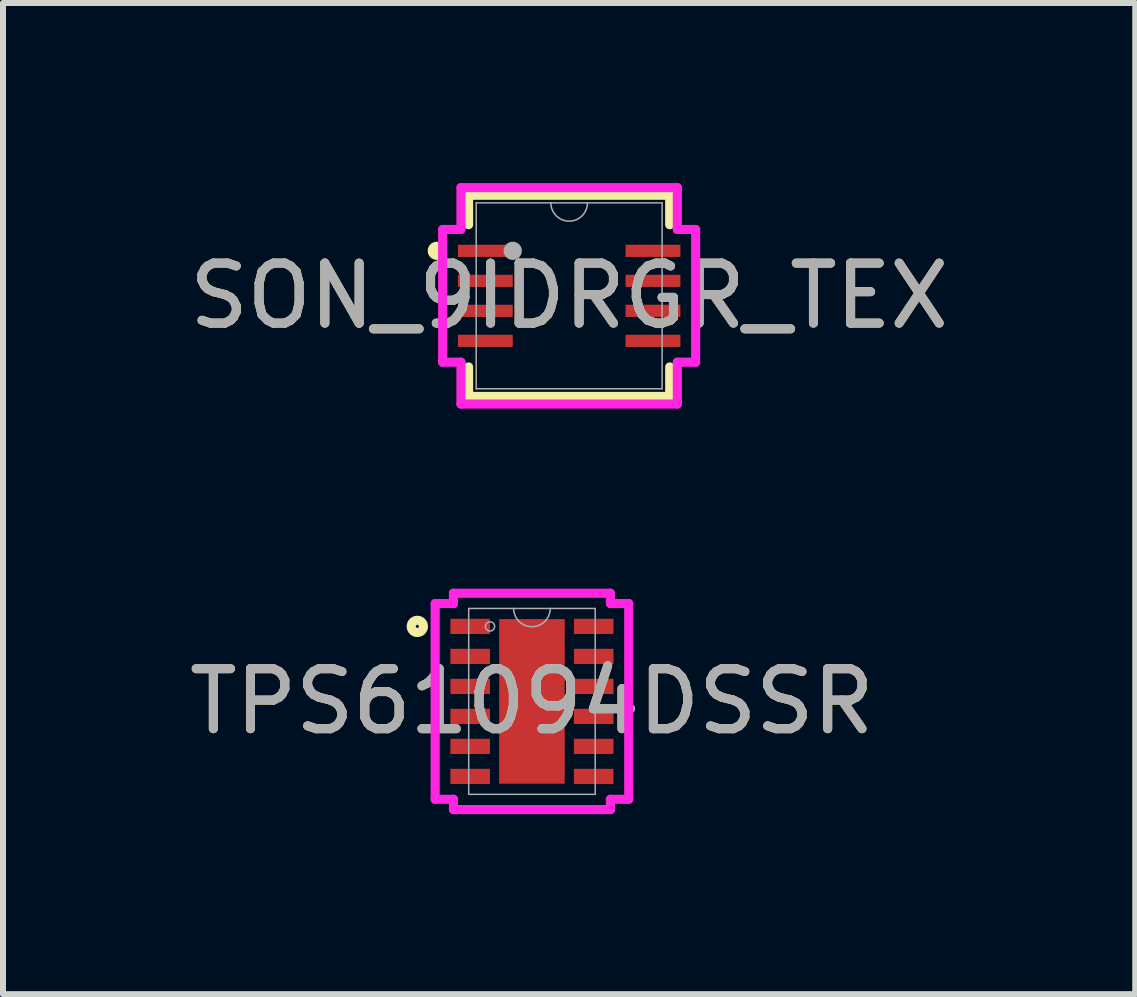
<source format=kicad_pcb>
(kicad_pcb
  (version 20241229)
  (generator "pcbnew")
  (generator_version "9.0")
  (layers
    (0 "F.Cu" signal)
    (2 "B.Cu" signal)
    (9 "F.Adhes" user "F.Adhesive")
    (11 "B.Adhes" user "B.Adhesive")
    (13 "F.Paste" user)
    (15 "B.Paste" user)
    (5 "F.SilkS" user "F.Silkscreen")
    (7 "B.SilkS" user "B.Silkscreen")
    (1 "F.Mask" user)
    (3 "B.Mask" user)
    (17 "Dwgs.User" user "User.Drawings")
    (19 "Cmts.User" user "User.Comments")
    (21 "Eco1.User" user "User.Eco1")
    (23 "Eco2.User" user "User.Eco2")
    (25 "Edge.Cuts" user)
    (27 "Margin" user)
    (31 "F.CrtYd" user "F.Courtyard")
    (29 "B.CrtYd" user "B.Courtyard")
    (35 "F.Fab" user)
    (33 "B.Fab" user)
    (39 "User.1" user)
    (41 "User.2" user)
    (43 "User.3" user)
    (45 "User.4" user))
  (footprint "TPS61094DSSR"
    (layer "F.Cu")
    (at 5.815 8.639)
    (property "Reference" "TPS61094DSSR" (at 0 0 0) (unlocked yes) (layer "F.SilkS") (effects (font (size 1 1) (thickness 0.15))))
    (attr smd)
    (fp_circle (center -1.91 -1.25) (end -1.808 -1.25) (stroke (width 0.152) (type solid)) (fill no) (layer "F.SilkS"))
    (fp_poly (pts (xy -0.446 -1.272) (xy -0.446 -0.1) (xy 0.446 -0.1) (xy 0.446 -1.272)) (stroke (width 0) (type solid)) (fill yes) (layer "F.Paste"))
    (fp_poly (pts (xy -0.446 0.1) (xy -0.446 1.272) (xy 0.446 1.272) (xy 0.446 0.1)) (stroke (width 0) (type solid)) (fill yes) (layer "F.Paste"))
    (fp_line (start -1.613 -1.631) (end -1.308 -1.631) (stroke (width 0.152) (type solid)) (layer "F.CrtYd"))
    (fp_line (start -1.613 1.631) (end -1.613 -1.631) (stroke (width 0.152) (type solid)) (layer "F.CrtYd"))
    (fp_line (start -1.613 1.631) (end -1.308 1.631) (stroke (width 0.152) (type solid)) (layer "F.CrtYd"))
    (fp_line (start -1.308 -1.803) (end 1.308 -1.803) (stroke (width 0.152) (type solid)) (layer "F.CrtYd"))
    (fp_line (start -1.308 -1.631) (end -1.308 -1.803) (stroke (width 0.152) (type solid)) (layer "F.CrtYd"))
    (fp_line (start -1.308 1.803) (end -1.308 1.631) (stroke (width 0.152) (type solid)) (layer "F.CrtYd"))
    (fp_line (start 1.308 -1.803) (end 1.308 -1.631) (stroke (width 0.152) (type solid)) (layer "F.CrtYd"))
    (fp_line (start 1.308 1.631) (end 1.308 1.803) (stroke (width 0.152) (type solid)) (layer "F.CrtYd"))
    (fp_line (start 1.308 1.803) (end -1.308 1.803) (stroke (width 0.152) (type solid)) (layer "F.CrtYd"))
    (fp_line (start 1.613 -1.631) (end 1.308 -1.631) (stroke (width 0.152) (type solid)) (layer "F.CrtYd"))
    (fp_line (start 1.613 -1.631) (end 1.613 1.631) (stroke (width 0.152) (type solid)) (layer "F.CrtYd"))
    (fp_line (start 1.613 1.631) (end 1.308 1.631) (stroke (width 0.152) (type solid)) (layer "F.CrtYd"))
    (fp_line (start -1.054 -1.549) (end -1.054 1.549) (stroke (width 0.025) (type solid)) (layer "F.Fab"))
    (fp_line (start -1.054 1.549) (end 1.054 1.549) (stroke (width 0.025) (type solid)) (layer "F.Fab"))
    (fp_line (start 1.054 -1.549) (end -1.054 -1.549) (stroke (width 0.025) (type solid)) (layer "F.Fab"))
    (fp_line (start 1.054 1.549) (end 1.054 -1.549) (stroke (width 0.025) (type solid)) (layer "F.Fab"))
    (fp_arc (start 0.3048 -1.5494) (mid 0 -1.2446) (end -0.3048 -1.5494) (stroke (width 0.0254) (type solid)) (layer "F.Fab"))
    (fp_circle (center -0.699 -1.25) (end -0.622 -1.25) (stroke (width 0.025) (type solid)) (fill no) (layer "F.Fab"))
    (fp_text user "${REFERENCE}" (at 0 0 0) (unlocked yes) (layer "F.Fab") (effects (font (size 1 1) (thickness 0.15))))
    (pad "1" smd rect (at -1.029 -1.25) (size 0.66 0.254) (layers "F.Cu" "F.Mask" "F.Paste"))
    (pad "2" smd rect (at -1.029 -0.75) (size 0.66 0.254) (layers "F.Cu" "F.Mask" "F.Paste"))
    (pad "3" smd rect (at -1.029 -0.25) (size 0.66 0.254) (layers "F.Cu" "F.Mask" "F.Paste"))
    (pad "4" smd rect (at -1.029 0.25) (size 0.66 0.254) (layers "F.Cu" "F.Mask" "F.Paste"))
    (pad "5" smd rect (at -1.029 0.75) (size 0.66 0.254) (layers "F.Cu" "F.Mask" "F.Paste"))
    (pad "6" smd rect (at -1.029 1.25) (size 0.66 0.254) (layers "F.Cu" "F.Mask" "F.Paste"))
    (pad "7" smd rect (at 1.029 1.25) (size 0.66 0.254) (layers "F.Cu" "F.Mask" "F.Paste"))
    (pad "8" smd rect (at 1.029 0.75) (size 0.66 0.254) (layers "F.Cu" "F.Mask" "F.Paste"))
    (pad "9" smd rect (at 1.029 0.25) (size 0.66 0.254) (layers "F.Cu" "F.Mask" "F.Paste"))
    (pad "10" smd rect (at 1.029 -0.25) (size 0.66 0.254) (layers "F.Cu" "F.Mask" "F.Paste"))
    (pad "11" smd rect (at 1.029 -0.75) (size 0.66 0.254) (layers "F.Cu" "F.Mask" "F.Paste"))
    (pad "12" smd rect (at 1.029 -1.25) (size 0.66 0.254) (layers "F.Cu" "F.Mask" "F.Paste"))
    (pad "13" smd rect (at 0 0) (size 1.092 2.743) (layers "F.Cu" "F.Mask" "F.Paste")))
  (footprint "SON_9IDRGR_TEX"
    (layer "F.Cu")
    (at 6.435 1.88)
    (property "Reference" "SON_9IDRGR_TEX" (at 0 0 0) (unlocked yes) (layer "F.SilkS") (effects (font (size 1 1) (thickness 0.15))))
    (attr smd)
    (fp_line (start -1.676 -1.676) (end -1.676 -1.185) (stroke (width 0.152) (type solid)) (layer "F.SilkS"))
    (fp_line (start -1.676 1.185) (end -1.676 1.676) (stroke (width 0.152) (type solid)) (layer "F.SilkS"))
    (fp_line (start -1.676 1.676) (end 1.676 1.676) (stroke (width 0.152) (type solid)) (layer "F.SilkS"))
    (fp_line (start 1.676 -1.676) (end -1.676 -1.676) (stroke (width 0.152) (type solid)) (layer "F.SilkS"))
    (fp_line (start 1.676 -1.185) (end 1.676 -1.676) (stroke (width 0.152) (type solid)) (layer "F.SilkS"))
    (fp_line (start 1.676 1.676) (end 1.676 1.185) (stroke (width 0.152) (type solid)) (layer "F.SilkS"))
    (fp_arc (start -2.18694 -0.676376) (mid -2.282063 -0.750189) (end -2.18694 -0.824002) (stroke (width 0.1524) (type solid)) (layer "F.SilkS"))
    (fp_line (start -2.108 -1.106) (end -1.803 -1.106) (stroke (width 0.152) (type solid)) (layer "F.CrtYd"))
    (fp_line (start -2.108 1.106) (end -2.108 -1.106) (stroke (width 0.152) (type solid)) (layer "F.CrtYd"))
    (fp_line (start -2.108 1.106) (end -1.803 1.106) (stroke (width 0.152) (type solid)) (layer "F.CrtYd"))
    (fp_line (start -1.803 -1.803) (end 1.803 -1.803) (stroke (width 0.152) (type solid)) (layer "F.CrtYd"))
    (fp_line (start -1.803 -1.106) (end -1.803 -1.803) (stroke (width 0.152) (type solid)) (layer "F.CrtYd"))
    (fp_line (start -1.803 1.803) (end -1.803 1.106) (stroke (width 0.152) (type solid)) (layer "F.CrtYd"))
    (fp_line (start 1.803 -1.803) (end 1.803 -1.106) (stroke (width 0.152) (type solid)) (layer "F.CrtYd"))
    (fp_line (start 1.803 1.106) (end 1.803 1.803) (stroke (width 0.152) (type solid)) (layer "F.CrtYd"))
    (fp_line (start 1.803 1.803) (end -1.803 1.803) (stroke (width 0.152) (type solid)) (layer "F.CrtYd"))
    (fp_line (start 2.108 -1.106) (end 1.803 -1.106) (stroke (width 0.152) (type solid)) (layer "F.CrtYd"))
    (fp_line (start 2.108 -1.106) (end 2.108 1.106) (stroke (width 0.152) (type solid)) (layer "F.CrtYd"))
    (fp_line (start 2.108 1.106) (end 1.803 1.106) (stroke (width 0.152) (type solid)) (layer "F.CrtYd"))
    (fp_line (start -1.549 -1.549) (end -1.549 1.549) (stroke (width 0.025) (type solid)) (layer "F.Fab"))
    (fp_line (start -1.549 1.549) (end 1.549 1.549) (stroke (width 0.025) (type solid)) (layer "F.Fab"))
    (fp_line (start 1.549 -1.549) (end -1.549 -1.549) (stroke (width 0.025) (type solid)) (layer "F.Fab"))
    (fp_line (start 1.549 1.549) (end 1.549 -1.549) (stroke (width 0.025) (type solid)) (layer "F.Fab"))
    (fp_arc (start 0.3048 -1.5494) (mid 0 -1.2446) (end -0.3048 -1.5494) (stroke (width 0.0254) (type solid)) (layer "F.Fab"))
    (fp_circle (center -0.94 -0.75) (end -0.94 -0.75) (stroke (width 0.152) (type solid)) (fill no) (layer "F.Fab"))
    (fp_text user "${REFERENCE}" (at 0 0 0) (unlocked yes) (layer "F.Fab") (effects (font (size 1 1) (thickness 0.15))))
    (pad "1" smd rect (at -1.397 -0.75) (size 0.914 0.203) (layers "F.Cu" "F.Mask" "F.Paste"))
    (pad "2" smd rect (at -1.397 -0.25) (size 0.914 0.203) (layers "F.Cu" "F.Mask" "F.Paste"))
    (pad "3" smd rect (at -1.397 0.25) (size 0.914 0.203) (layers "F.Cu" "F.Mask" "F.Paste"))
    (pad "4" smd rect (at -1.397 0.75) (size 0.914 0.203) (layers "F.Cu" "F.Mask" "F.Paste"))
    (pad "5" smd rect (at 1.397 0.75) (size 0.914 0.203) (layers "F.Cu" "F.Mask" "F.Paste"))
    (pad "6" smd rect (at 1.397 0.25) (size 0.914 0.203) (layers "F.Cu" "F.Mask" "F.Paste"))
    (pad "7" smd rect (at 1.397 -0.25) (size 0.914 0.203) (layers "F.Cu" "F.Mask" "F.Paste"))
    (pad "8" smd rect (at 1.397 -0.75) (size 0.914 0.203) (layers "F.Cu" "F.Mask" "F.Paste")))
  (gr_rect
    (start -3 -3)
    (end 15.869 13.518)
    (stroke (width 0.1) (type default))
    (fill no)
    (layer "Edge.Cuts")))
</source>
